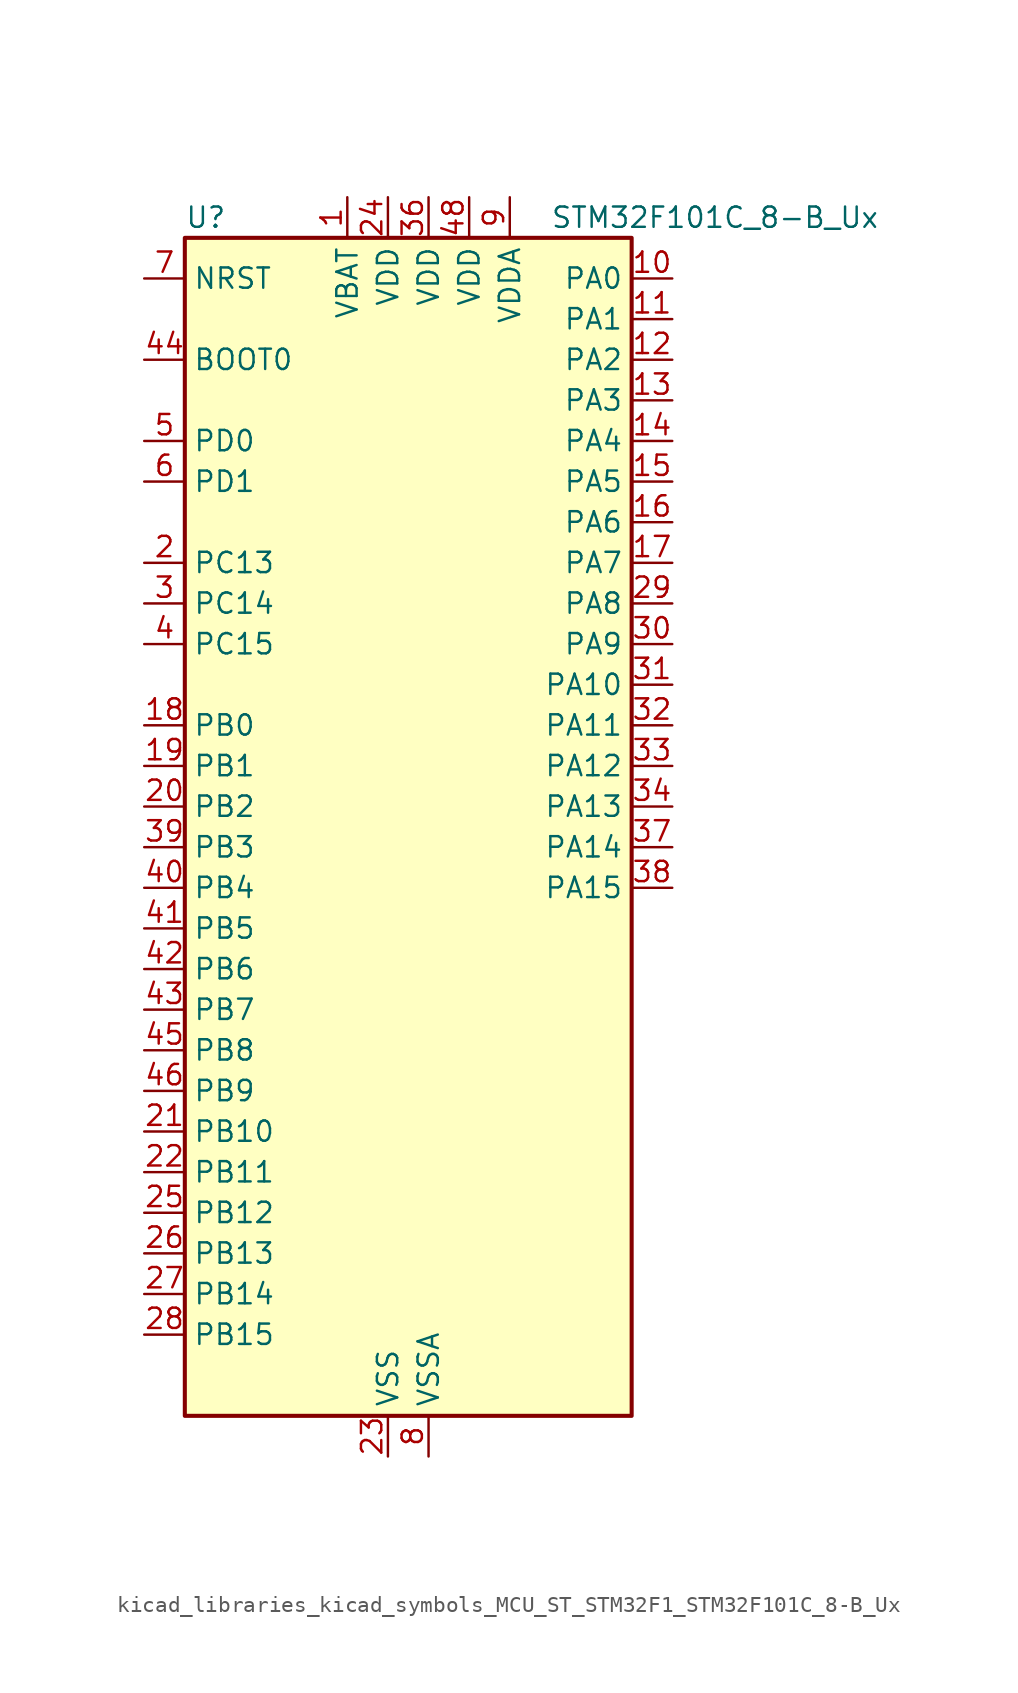
<source format=kicad_sym>
(kicad_symbol_lib
  (version 20220914)
  (generator kicad_symbol_editor)
  (symbol "kicad_libraries_kicad_symbols_MCU_ST_STM32F1_STM32F101C_8-B_Ux"
    (property "Reference" "U"
      (at -12.7 39.37 0)
      (effects (font (size 1.27 1.27)) (justify left)))
    (property "Value" "STM32F101C_8-B_Ux"
      (at 10.16 39.37 0)
      (effects (font (size 1.27 1.27)) (justify left)))
    (property "ki_locked" ""
      (at 0 0 0)
      (effects (font (size 1.27 1.27))))
    (symbol "kicad_libraries_kicad_symbols_MCU_ST_STM32F1_STM32F101C_8-B_Ux_0_1"
      (rectangle (start -12.7 -35.56) (end 15.24 38.1) (stroke (width 0.254) (type default)) (fill (type background))))
    (symbol "kicad_libraries_kicad_symbols_MCU_ST_STM32F1_STM32F101C_8-B_Ux_1_1"
      (pin power_in line (at -2.54 40.64 270) (length 2.54) (name "VBAT" (effects (font (size 1.27 1.27)))) (number "1" (effects (font (size 1.27 1.27)))))
      (pin bidirectional line (at 17.78 35.56 180) (length 2.54) (name "PA0" (effects (font (size 1.27 1.27)))) (number "10" (effects (font (size 1.27 1.27)))) (alternate "ADC1_IN0" bidirectional line) (alternate "SYS_WKUP" bidirectional line) (alternate "TIM2_CH1" bidirectional line) (alternate "TIM2_ETR" bidirectional line) (alternate "USART2_CTS" bidirectional line))
      (pin bidirectional line (at 17.78 33.02 180) (length 2.54) (name "PA1" (effects (font (size 1.27 1.27)))) (number "11" (effects (font (size 1.27 1.27)))) (alternate "ADC1_IN1" bidirectional line) (alternate "TIM2_CH2" bidirectional line) (alternate "USART2_RTS" bidirectional line))
      (pin bidirectional line (at 17.78 30.48 180) (length 2.54) (name "PA2" (effects (font (size 1.27 1.27)))) (number "12" (effects (font (size 1.27 1.27)))) (alternate "ADC1_IN2" bidirectional line) (alternate "TIM2_CH3" bidirectional line) (alternate "USART2_TX" bidirectional line))
      (pin bidirectional line (at 17.78 27.94 180) (length 2.54) (name "PA3" (effects (font (size 1.27 1.27)))) (number "13" (effects (font (size 1.27 1.27)))) (alternate "ADC1_IN3" bidirectional line) (alternate "TIM2_CH4" bidirectional line) (alternate "USART2_RX" bidirectional line))
      (pin bidirectional line (at 17.78 25.4 180) (length 2.54) (name "PA4" (effects (font (size 1.27 1.27)))) (number "14" (effects (font (size 1.27 1.27)))) (alternate "ADC1_IN4" bidirectional line) (alternate "SPI1_NSS" bidirectional line) (alternate "USART2_CK" bidirectional line))
      (pin bidirectional line (at 17.78 22.86 180) (length 2.54) (name "PA5" (effects (font (size 1.27 1.27)))) (number "15" (effects (font (size 1.27 1.27)))) (alternate "ADC1_IN5" bidirectional line) (alternate "SPI1_SCK" bidirectional line))
      (pin bidirectional line (at 17.78 20.32 180) (length 2.54) (name "PA6" (effects (font (size 1.27 1.27)))) (number "16" (effects (font (size 1.27 1.27)))) (alternate "ADC1_IN6" bidirectional line) (alternate "SPI1_MISO" bidirectional line) (alternate "TIM3_CH1" bidirectional line))
      (pin bidirectional line (at 17.78 17.78 180) (length 2.54) (name "PA7" (effects (font (size 1.27 1.27)))) (number "17" (effects (font (size 1.27 1.27)))) (alternate "ADC1_IN7" bidirectional line) (alternate "SPI1_MOSI" bidirectional line) (alternate "TIM3_CH2" bidirectional line))
      (pin bidirectional line (at -15.24 7.62 0) (length 2.54) (name "PB0" (effects (font (size 1.27 1.27)))) (number "18" (effects (font (size 1.27 1.27)))) (alternate "ADC1_IN8" bidirectional line) (alternate "TIM3_CH3" bidirectional line))
      (pin bidirectional line (at -15.24 5.08 0) (length 2.54) (name "PB1" (effects (font (size 1.27 1.27)))) (number "19" (effects (font (size 1.27 1.27)))) (alternate "ADC1_IN9" bidirectional line) (alternate "TIM3_CH4" bidirectional line))
      (pin bidirectional line (at -15.24 17.78 0) (length 2.54) (name "PC13" (effects (font (size 1.27 1.27)))) (number "2" (effects (font (size 1.27 1.27)))) (alternate "RTC_OUT" bidirectional line) (alternate "RTC_TAMPER" bidirectional line))
      (pin bidirectional line (at -15.24 2.54 0) (length 2.54) (name "PB2" (effects (font (size 1.27 1.27)))) (number "20" (effects (font (size 1.27 1.27)))))
      (pin bidirectional line (at -15.24 -17.78 0) (length 2.54) (name "PB10" (effects (font (size 1.27 1.27)))) (number "21" (effects (font (size 1.27 1.27)))) (alternate "I2C2_SCL" bidirectional line) (alternate "TIM2_CH3" bidirectional line) (alternate "USART3_TX" bidirectional line))
      (pin bidirectional line (at -15.24 -20.32 0) (length 2.54) (name "PB11" (effects (font (size 1.27 1.27)))) (number "22" (effects (font (size 1.27 1.27)))) (alternate "ADC1_EXTI11" bidirectional line) (alternate "I2C2_SDA" bidirectional line) (alternate "TIM2_CH4" bidirectional line) (alternate "USART3_RX" bidirectional line))
      (pin power_in line (at 0 -38.1 90) (length 2.54) (name "VSS" (effects (font (size 1.27 1.27)))) (number "23" (effects (font (size 1.27 1.27)))))
      (pin power_in line (at 0 40.64 270) (length 2.54) (name "VDD" (effects (font (size 1.27 1.27)))) (number "24" (effects (font (size 1.27 1.27)))))
      (pin bidirectional line (at -15.24 -22.86 0) (length 2.54) (name "PB12" (effects (font (size 1.27 1.27)))) (number "25" (effects (font (size 1.27 1.27)))) (alternate "I2C2_SMBA" bidirectional line) (alternate "SPI2_NSS" bidirectional line) (alternate "USART3_CK" bidirectional line))
      (pin bidirectional line (at -15.24 -25.4 0) (length 2.54) (name "PB13" (effects (font (size 1.27 1.27)))) (number "26" (effects (font (size 1.27 1.27)))) (alternate "SPI2_SCK" bidirectional line) (alternate "USART3_CTS" bidirectional line))
      (pin bidirectional line (at -15.24 -27.94 0) (length 2.54) (name "PB14" (effects (font (size 1.27 1.27)))) (number "27" (effects (font (size 1.27 1.27)))) (alternate "SPI2_MISO" bidirectional line) (alternate "USART3_RTS" bidirectional line))
      (pin bidirectional line (at -15.24 -30.48 0) (length 2.54) (name "PB15" (effects (font (size 1.27 1.27)))) (number "28" (effects (font (size 1.27 1.27)))) (alternate "ADC1_EXTI15" bidirectional line) (alternate "SPI2_MOSI" bidirectional line))
      (pin bidirectional line (at 17.78 15.24 180) (length 2.54) (name "PA8" (effects (font (size 1.27 1.27)))) (number "29" (effects (font (size 1.27 1.27)))) (alternate "RCC_MCO" bidirectional line) (alternate "USART1_CK" bidirectional line))
      (pin bidirectional line (at -15.24 15.24 0) (length 2.54) (name "PC14" (effects (font (size 1.27 1.27)))) (number "3" (effects (font (size 1.27 1.27)))) (alternate "RCC_OSC32_IN" bidirectional line))
      (pin bidirectional line (at 17.78 12.7 180) (length 2.54) (name "PA9" (effects (font (size 1.27 1.27)))) (number "30" (effects (font (size 1.27 1.27)))) (alternate "USART1_TX" bidirectional line))
      (pin bidirectional line (at 17.78 10.16 180) (length 2.54) (name "PA10" (effects (font (size 1.27 1.27)))) (number "31" (effects (font (size 1.27 1.27)))) (alternate "USART1_RX" bidirectional line))
      (pin bidirectional line (at 17.78 7.62 180) (length 2.54) (name "PA11" (effects (font (size 1.27 1.27)))) (number "32" (effects (font (size 1.27 1.27)))) (alternate "ADC1_EXTI11" bidirectional line) (alternate "USART1_CTS" bidirectional line))
      (pin bidirectional line (at 17.78 5.08 180) (length 2.54) (name "PA12" (effects (font (size 1.27 1.27)))) (number "33" (effects (font (size 1.27 1.27)))) (alternate "USART1_RTS" bidirectional line))
      (pin bidirectional line (at 17.78 2.54 180) (length 2.54) (name "PA13" (effects (font (size 1.27 1.27)))) (number "34" (effects (font (size 1.27 1.27)))) (alternate "SYS_JTMS-SWDIO" bidirectional line))
      (pin passive line (at 0 -38.1 90) (length 2.54) hide (name "VSS" (effects (font (size 1.27 1.27)))) (number "35" (effects (font (size 1.27 1.27)))))
      (pin power_in line (at 2.54 40.64 270) (length 2.54) (name "VDD" (effects (font (size 1.27 1.27)))) (number "36" (effects (font (size 1.27 1.27)))))
      (pin bidirectional line (at 17.78 0 180) (length 2.54) (name "PA14" (effects (font (size 1.27 1.27)))) (number "37" (effects (font (size 1.27 1.27)))) (alternate "SYS_JTCK-SWCLK" bidirectional line))
      (pin bidirectional line (at 17.78 -2.54 180) (length 2.54) (name "PA15" (effects (font (size 1.27 1.27)))) (number "38" (effects (font (size 1.27 1.27)))) (alternate "ADC1_EXTI15" bidirectional line) (alternate "SPI1_NSS" bidirectional line) (alternate "SYS_JTDI" bidirectional line) (alternate "TIM2_CH1" bidirectional line) (alternate "TIM2_ETR" bidirectional line))
      (pin bidirectional line (at -15.24 0 0) (length 2.54) (name "PB3" (effects (font (size 1.27 1.27)))) (number "39" (effects (font (size 1.27 1.27)))) (alternate "SPI1_SCK" bidirectional line) (alternate "SYS_JTDO-TRACESWO" bidirectional line) (alternate "TIM2_CH2" bidirectional line))
      (pin bidirectional line (at -15.24 12.7 0) (length 2.54) (name "PC15" (effects (font (size 1.27 1.27)))) (number "4" (effects (font (size 1.27 1.27)))) (alternate "ADC1_EXTI15" bidirectional line) (alternate "RCC_OSC32_OUT" bidirectional line))
      (pin bidirectional line (at -15.24 -2.54 0) (length 2.54) (name "PB4" (effects (font (size 1.27 1.27)))) (number "40" (effects (font (size 1.27 1.27)))) (alternate "SPI1_MISO" bidirectional line) (alternate "SYS_NJTRST" bidirectional line) (alternate "TIM3_CH1" bidirectional line))
      (pin bidirectional line (at -15.24 -5.08 0) (length 2.54) (name "PB5" (effects (font (size 1.27 1.27)))) (number "41" (effects (font (size 1.27 1.27)))) (alternate "I2C1_SMBA" bidirectional line) (alternate "SPI1_MOSI" bidirectional line) (alternate "TIM3_CH2" bidirectional line))
      (pin bidirectional line (at -15.24 -7.62 0) (length 2.54) (name "PB6" (effects (font (size 1.27 1.27)))) (number "42" (effects (font (size 1.27 1.27)))) (alternate "I2C1_SCL" bidirectional line) (alternate "TIM4_CH1" bidirectional line) (alternate "USART1_TX" bidirectional line))
      (pin bidirectional line (at -15.24 -10.16 0) (length 2.54) (name "PB7" (effects (font (size 1.27 1.27)))) (number "43" (effects (font (size 1.27 1.27)))) (alternate "I2C1_SDA" bidirectional line) (alternate "TIM4_CH2" bidirectional line) (alternate "USART1_RX" bidirectional line))
      (pin input line (at -15.24 30.48 0) (length 2.54) (name "BOOT0" (effects (font (size 1.27 1.27)))) (number "44" (effects (font (size 1.27 1.27)))))
      (pin bidirectional line (at -15.24 -12.7 0) (length 2.54) (name "PB8" (effects (font (size 1.27 1.27)))) (number "45" (effects (font (size 1.27 1.27)))) (alternate "I2C1_SCL" bidirectional line) (alternate "TIM4_CH3" bidirectional line))
      (pin bidirectional line (at -15.24 -15.24 0) (length 2.54) (name "PB9" (effects (font (size 1.27 1.27)))) (number "46" (effects (font (size 1.27 1.27)))) (alternate "I2C1_SDA" bidirectional line) (alternate "TIM4_CH4" bidirectional line))
      (pin passive line (at 0 -38.1 90) (length 2.54) hide (name "VSS" (effects (font (size 1.27 1.27)))) (number "47" (effects (font (size 1.27 1.27)))))
      (pin power_in line (at 5.08 40.64 270) (length 2.54) (name "VDD" (effects (font (size 1.27 1.27)))) (number "48" (effects (font (size 1.27 1.27)))))
      (pin passive line (at 0 -38.1 90) (length 2.54) hide (name "VSS" (effects (font (size 1.27 1.27)))) (number "49" (effects (font (size 1.27 1.27)))))
      (pin bidirectional line (at -15.24 25.4 0) (length 2.54) (name "PD0" (effects (font (size 1.27 1.27)))) (number "5" (effects (font (size 1.27 1.27)))) (alternate "RCC_OSC_IN" bidirectional line))
      (pin bidirectional line (at -15.24 22.86 0) (length 2.54) (name "PD1" (effects (font (size 1.27 1.27)))) (number "6" (effects (font (size 1.27 1.27)))) (alternate "RCC_OSC_OUT" bidirectional line))
      (pin input line (at -15.24 35.56 0) (length 2.54) (name "NRST" (effects (font (size 1.27 1.27)))) (number "7" (effects (font (size 1.27 1.27)))))
      (pin power_in line (at 2.54 -38.1 90) (length 2.54) (name "VSSA" (effects (font (size 1.27 1.27)))) (number "8" (effects (font (size 1.27 1.27)))))
      (pin power_in line (at 7.62 40.64 270) (length 2.54) (name "VDDA" (effects (font (size 1.27 1.27)))) (number "9" (effects (font (size 1.27 1.27))))))))
</source>
